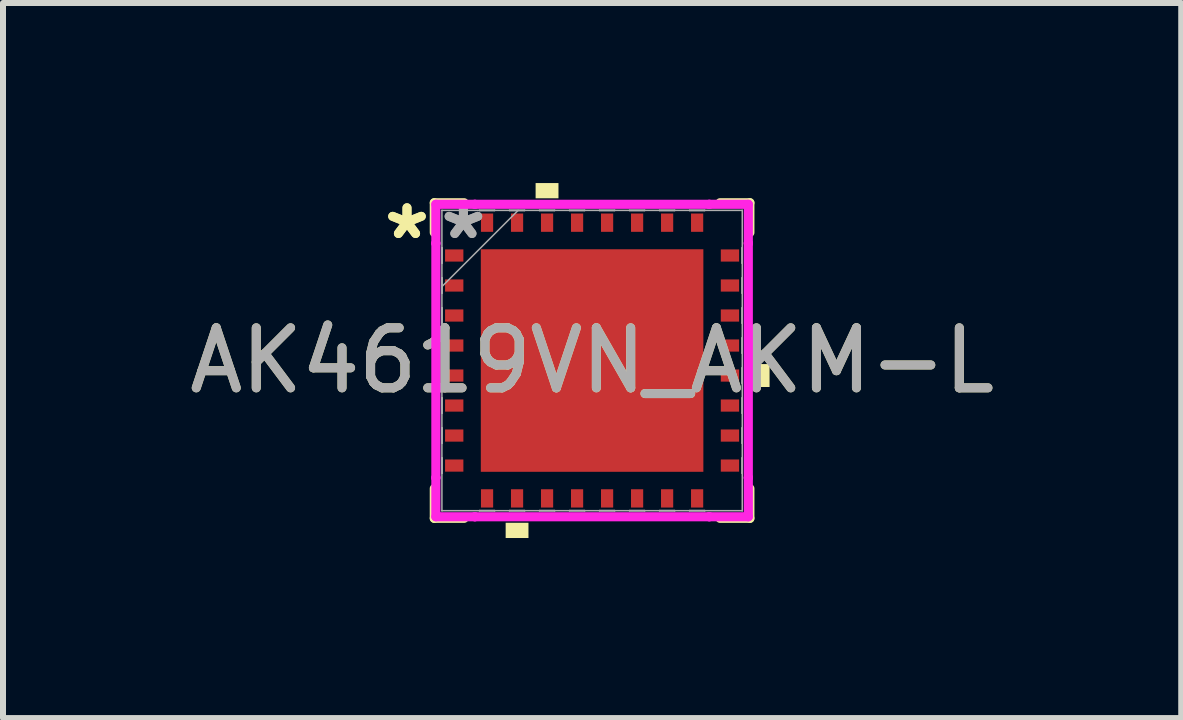
<source format=kicad_pcb>
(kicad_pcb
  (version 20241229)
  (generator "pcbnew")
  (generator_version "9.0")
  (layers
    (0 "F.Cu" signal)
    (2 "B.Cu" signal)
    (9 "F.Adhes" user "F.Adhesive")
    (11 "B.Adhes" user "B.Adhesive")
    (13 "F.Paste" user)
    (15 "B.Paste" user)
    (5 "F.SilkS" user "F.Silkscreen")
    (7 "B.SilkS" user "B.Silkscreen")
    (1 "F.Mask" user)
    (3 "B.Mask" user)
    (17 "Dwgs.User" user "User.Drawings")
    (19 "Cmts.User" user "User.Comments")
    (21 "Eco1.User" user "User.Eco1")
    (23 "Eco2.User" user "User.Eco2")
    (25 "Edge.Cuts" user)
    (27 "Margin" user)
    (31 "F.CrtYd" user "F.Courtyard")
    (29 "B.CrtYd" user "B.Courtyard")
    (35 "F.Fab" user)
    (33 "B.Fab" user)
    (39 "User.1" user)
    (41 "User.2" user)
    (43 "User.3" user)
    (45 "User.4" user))
  (footprint "AK4619VN_AKM-L"
    (layer "F.Cu")
    (at 6.815 2.957)
    (property "Reference" "AK4619VN_AKM-L" (at 0 0 0) (unlocked yes) (layer "F.SilkS") (effects (font (size 1 1) (thickness 0.15))))
    (attr smd)
    (fp_line (start -2.629 -2.629) (end -2.629 -2.132) (stroke (width 0.152) (type solid)) (layer "F.SilkS"))
    (fp_line (start -2.629 2.132) (end -2.629 2.629) (stroke (width 0.152) (type solid)) (layer "F.SilkS"))
    (fp_line (start -2.629 2.629) (end -2.132 2.629) (stroke (width 0.152) (type solid)) (layer "F.SilkS"))
    (fp_line (start -2.132 -2.629) (end -2.629 -2.629) (stroke (width 0.152) (type solid)) (layer "F.SilkS"))
    (fp_line (start 2.132 2.629) (end 2.629 2.629) (stroke (width 0.152) (type solid)) (layer "F.SilkS"))
    (fp_line (start 2.629 -2.629) (end 2.132 -2.629) (stroke (width 0.152) (type solid)) (layer "F.SilkS"))
    (fp_line (start 2.629 -2.132) (end 2.629 -2.629) (stroke (width 0.152) (type solid)) (layer "F.SilkS"))
    (fp_line (start 2.629 2.629) (end 2.629 2.132) (stroke (width 0.152) (type solid)) (layer "F.SilkS"))
    (fp_poly (pts (xy -1.44 2.703) (xy -1.44 2.957) (xy -1.06 2.957) (xy -1.06 2.703)) (stroke (width 0) (type solid)) (fill yes) (layer "F.SilkS"))
    (fp_poly (pts (xy -0.941 -2.703) (xy -0.941 -2.957) (xy -0.56 -2.957) (xy -0.56 -2.703)) (stroke (width 0) (type solid)) (fill yes) (layer "F.SilkS"))
    (fp_poly (pts (xy 2.957 0.059) (xy 2.957 0.441) (xy 2.703 0.441) (xy 2.703 0.059)) (stroke (width 0) (type solid)) (fill yes) (layer "F.SilkS"))
    (fp_poly (pts (xy -1.754 -1.754) (xy -1.754 -0.1) (xy -0.1 -0.1) (xy -0.1 -1.754)) (stroke (width 0) (type solid)) (fill yes) (layer "F.Paste"))
    (fp_poly (pts (xy -1.754 0.1) (xy -1.754 1.754) (xy -0.1 1.754) (xy -0.1 0.1)) (stroke (width 0) (type solid)) (fill yes) (layer "F.Paste"))
    (fp_poly (pts (xy 0.1 -1.754) (xy 0.1 -0.1) (xy 1.754 -0.1) (xy 1.754 -1.754)) (stroke (width 0) (type solid)) (fill yes) (layer "F.Paste"))
    (fp_poly (pts (xy 0.1 0.1) (xy 0.1 1.754) (xy 1.754 1.754) (xy 1.754 0.1)) (stroke (width 0) (type solid)) (fill yes) (layer "F.Paste"))
    (fp_line (start -2.603 -2.603) (end -1.953 -2.603) (stroke (width 0.152) (type solid)) (layer "F.CrtYd"))
    (fp_line (start -2.603 -1.953) (end -2.603 -2.603) (stroke (width 0.152) (type solid)) (layer "F.CrtYd"))
    (fp_line (start -2.603 -1.953) (end -2.603 -1.953) (stroke (width 0.152) (type solid)) (layer "F.CrtYd"))
    (fp_line (start -2.603 1.953) (end -2.603 -1.953) (stroke (width 0.152) (type solid)) (layer "F.CrtYd"))
    (fp_line (start -2.603 1.953) (end -2.603 1.953) (stroke (width 0.152) (type solid)) (layer "F.CrtYd"))
    (fp_line (start -2.603 2.603) (end -2.603 1.953) (stroke (width 0.152) (type solid)) (layer "F.CrtYd"))
    (fp_line (start -1.953 -2.603) (end -1.953 -2.603) (stroke (width 0.152) (type solid)) (layer "F.CrtYd"))
    (fp_line (start -1.953 -2.603) (end 1.953 -2.603) (stroke (width 0.152) (type solid)) (layer "F.CrtYd"))
    (fp_line (start -1.953 2.603) (end -2.603 2.603) (stroke (width 0.152) (type solid)) (layer "F.CrtYd"))
    (fp_line (start -1.953 2.603) (end -1.953 2.603) (stroke (width 0.152) (type solid)) (layer "F.CrtYd"))
    (fp_line (start 1.953 -2.603) (end 1.953 -2.603) (stroke (width 0.152) (type solid)) (layer "F.CrtYd"))
    (fp_line (start 1.953 -2.603) (end 2.603 -2.603) (stroke (width 0.152) (type solid)) (layer "F.CrtYd"))
    (fp_line (start 1.953 2.603) (end -1.953 2.603) (stroke (width 0.152) (type solid)) (layer "F.CrtYd"))
    (fp_line (start 1.953 2.603) (end 1.953 2.603) (stroke (width 0.152) (type solid)) (layer "F.CrtYd"))
    (fp_line (start 2.603 -2.603) (end 2.603 -1.953) (stroke (width 0.152) (type solid)) (layer "F.CrtYd"))
    (fp_line (start 2.603 -1.953) (end 2.603 -1.953) (stroke (width 0.152) (type solid)) (layer "F.CrtYd"))
    (fp_line (start 2.603 -1.953) (end 2.603 1.953) (stroke (width 0.152) (type solid)) (layer "F.CrtYd"))
    (fp_line (start 2.603 1.953) (end 2.603 1.953) (stroke (width 0.152) (type solid)) (layer "F.CrtYd"))
    (fp_line (start 2.603 1.953) (end 2.603 2.603) (stroke (width 0.152) (type solid)) (layer "F.CrtYd"))
    (fp_line (start 2.603 2.603) (end 1.953 2.603) (stroke (width 0.152) (type solid)) (layer "F.CrtYd"))
    (fp_line (start -2.502 -2.502) (end -2.502 -2.502) (stroke (width 0.025) (type solid)) (layer "F.Fab"))
    (fp_line (start -2.502 -2.502) (end -2.502 2.502) (stroke (width 0.025) (type solid)) (layer "F.Fab"))
    (fp_line (start -2.502 -1.877) (end -2.5 -1.877) (stroke (width 0.025) (type solid)) (layer "F.Fab"))
    (fp_line (start -2.502 -1.623) (end -2.502 -1.877) (stroke (width 0.025) (type solid)) (layer "F.Fab"))
    (fp_line (start -2.502 -1.377) (end -2.5 -1.377) (stroke (width 0.025) (type solid)) (layer "F.Fab"))
    (fp_line (start -2.502 -1.232) (end -1.232 -2.502) (stroke (width 0.025) (type solid)) (layer "F.Fab"))
    (fp_line (start -2.502 -1.123) (end -2.502 -1.377) (stroke (width 0.025) (type solid)) (layer "F.Fab"))
    (fp_line (start -2.502 -0.877) (end -2.5 -0.877) (stroke (width 0.025) (type solid)) (layer "F.Fab"))
    (fp_line (start -2.502 -0.623) (end -2.502 -0.877) (stroke (width 0.025) (type solid)) (layer "F.Fab"))
    (fp_line (start -2.502 -0.377) (end -2.5 -0.377) (stroke (width 0.025) (type solid)) (layer "F.Fab"))
    (fp_line (start -2.502 -0.123) (end -2.502 -0.377) (stroke (width 0.025) (type solid)) (layer "F.Fab"))
    (fp_line (start -2.502 0.123) (end -2.5 0.123) (stroke (width 0.025) (type solid)) (layer "F.Fab"))
    (fp_line (start -2.502 0.377) (end -2.502 0.123) (stroke (width 0.025) (type solid)) (layer "F.Fab"))
    (fp_line (start -2.502 0.623) (end -2.5 0.623) (stroke (width 0.025) (type solid)) (layer "F.Fab"))
    (fp_line (start -2.502 0.877) (end -2.502 0.623) (stroke (width 0.025) (type solid)) (layer "F.Fab"))
    (fp_line (start -2.502 1.123) (end -2.5 1.123) (stroke (width 0.025) (type solid)) (layer "F.Fab"))
    (fp_line (start -2.502 1.377) (end -2.502 1.123) (stroke (width 0.025) (type solid)) (layer "F.Fab"))
    (fp_line (start -2.502 1.623) (end -2.5 1.623) (stroke (width 0.025) (type solid)) (layer "F.Fab"))
    (fp_line (start -2.502 1.877) (end -2.502 1.623) (stroke (width 0.025) (type solid)) (layer "F.Fab"))
    (fp_line (start -2.502 2.502) (end -2.502 2.502) (stroke (width 0.025) (type solid)) (layer "F.Fab"))
    (fp_line (start -2.502 2.502) (end 2.502 2.502) (stroke (width 0.025) (type solid)) (layer "F.Fab"))
    (fp_line (start -2.5 -1.877) (end -2.5 -1.623) (stroke (width 0.025) (type solid)) (layer "F.Fab"))
    (fp_line (start -2.5 -1.623) (end -2.502 -1.623) (stroke (width 0.025) (type solid)) (layer "F.Fab"))
    (fp_line (start -2.5 -1.377) (end -2.5 -1.123) (stroke (width 0.025) (type solid)) (layer "F.Fab"))
    (fp_line (start -2.5 -1.123) (end -2.502 -1.123) (stroke (width 0.025) (type solid)) (layer "F.Fab"))
    (fp_line (start -2.5 -0.877) (end -2.5 -0.623) (stroke (width 0.025) (type solid)) (layer "F.Fab"))
    (fp_line (start -2.5 -0.623) (end -2.502 -0.623) (stroke (width 0.025) (type solid)) (layer "F.Fab"))
    (fp_line (start -2.5 -0.377) (end -2.5 -0.123) (stroke (width 0.025) (type solid)) (layer "F.Fab"))
    (fp_line (start -2.5 -0.123) (end -2.502 -0.123) (stroke (width 0.025) (type solid)) (layer "F.Fab"))
    (fp_line (start -2.5 0.123) (end -2.5 0.377) (stroke (width 0.025) (type solid)) (layer "F.Fab"))
    (fp_line (start -2.5 0.377) (end -2.502 0.377) (stroke (width 0.025) (type solid)) (layer "F.Fab"))
    (fp_line (start -2.5 0.623) (end -2.5 0.877) (stroke (width 0.025) (type solid)) (layer "F.Fab"))
    (fp_line (start -2.5 0.877) (end -2.502 0.877) (stroke (width 0.025) (type solid)) (layer "F.Fab"))
    (fp_line (start -2.5 1.123) (end -2.5 1.377) (stroke (width 0.025) (type solid)) (layer "F.Fab"))
    (fp_line (start -2.5 1.377) (end -2.502 1.377) (stroke (width 0.025) (type solid)) (layer "F.Fab"))
    (fp_line (start -2.5 1.623) (end -2.5 1.877) (stroke (width 0.025) (type solid)) (layer "F.Fab"))
    (fp_line (start -2.5 1.877) (end -2.502 1.877) (stroke (width 0.025) (type solid)) (layer "F.Fab"))
    (fp_line (start -1.877 -2.502) (end -1.623 -2.502) (stroke (width 0.025) (type solid)) (layer "F.Fab"))
    (fp_line (start -1.877 -2.5) (end -1.877 -2.502) (stroke (width 0.025) (type solid)) (layer "F.Fab"))
    (fp_line (start -1.877 2.5) (end -1.623 2.5) (stroke (width 0.025) (type solid)) (layer "F.Fab"))
    (fp_line (start -1.877 2.502) (end -1.877 2.5) (stroke (width 0.025) (type solid)) (layer "F.Fab"))
    (fp_line (start -1.623 -2.502) (end -1.623 -2.5) (stroke (width 0.025) (type solid)) (layer "F.Fab"))
    (fp_line (start -1.623 -2.5) (end -1.877 -2.5) (stroke (width 0.025) (type solid)) (layer "F.Fab"))
    (fp_line (start -1.623 2.5) (end -1.623 2.502) (stroke (width 0.025) (type solid)) (layer "F.Fab"))
    (fp_line (start -1.623 2.502) (end -1.877 2.502) (stroke (width 0.025) (type solid)) (layer "F.Fab"))
    (fp_line (start -1.377 -2.502) (end -1.123 -2.502) (stroke (width 0.025) (type solid)) (layer "F.Fab"))
    (fp_line (start -1.377 -2.5) (end -1.377 -2.502) (stroke (width 0.025) (type solid)) (layer "F.Fab"))
    (fp_line (start -1.377 2.5) (end -1.123 2.5) (stroke (width 0.025) (type solid)) (layer "F.Fab"))
    (fp_line (start -1.377 2.502) (end -1.377 2.5) (stroke (width 0.025) (type solid)) (layer "F.Fab"))
    (fp_line (start -1.123 -2.502) (end -1.123 -2.5) (stroke (width 0.025) (type solid)) (layer "F.Fab"))
    (fp_line (start -1.123 -2.5) (end -1.377 -2.5) (stroke (width 0.025) (type solid)) (layer "F.Fab"))
    (fp_line (start -1.123 2.5) (end -1.123 2.502) (stroke (width 0.025) (type solid)) (layer "F.Fab"))
    (fp_line (start -1.123 2.502) (end -1.377 2.502) (stroke (width 0.025) (type solid)) (layer "F.Fab"))
    (fp_line (start -0.877 -2.502) (end -0.623 -2.502) (stroke (width 0.025) (type solid)) (layer "F.Fab"))
    (fp_line (start -0.877 -2.5) (end -0.877 -2.502) (stroke (width 0.025) (type solid)) (layer "F.Fab"))
    (fp_line (start -0.877 2.5) (end -0.623 2.5) (stroke (width 0.025) (type solid)) (layer "F.Fab"))
    (fp_line (start -0.877 2.502) (end -0.877 2.5) (stroke (width 0.025) (type solid)) (layer "F.Fab"))
    (fp_line (start -0.623 -2.502) (end -0.623 -2.5) (stroke (width 0.025) (type solid)) (layer "F.Fab"))
    (fp_line (start -0.623 -2.5) (end -0.877 -2.5) (stroke (width 0.025) (type solid)) (layer "F.Fab"))
    (fp_line (start -0.623 2.5) (end -0.623 2.502) (stroke (width 0.025) (type solid)) (layer "F.Fab"))
    (fp_line (start -0.623 2.502) (end -0.877 2.502) (stroke (width 0.025) (type solid)) (layer "F.Fab"))
    (fp_line (start -0.377 -2.502) (end -0.123 -2.502) (stroke (width 0.025) (type solid)) (layer "F.Fab"))
    (fp_line (start -0.377 -2.5) (end -0.377 -2.502) (stroke (width 0.025) (type solid)) (layer "F.Fab"))
    (fp_line (start -0.377 2.5) (end -0.123 2.5) (stroke (width 0.025) (type solid)) (layer "F.Fab"))
    (fp_line (start -0.377 2.502) (end -0.377 2.5) (stroke (width 0.025) (type solid)) (layer "F.Fab"))
    (fp_line (start -0.123 -2.502) (end -0.123 -2.5) (stroke (width 0.025) (type solid)) (layer "F.Fab"))
    (fp_line (start -0.123 -2.5) (end -0.377 -2.5) (stroke (width 0.025) (type solid)) (layer "F.Fab"))
    (fp_line (start -0.123 2.5) (end -0.123 2.502) (stroke (width 0.025) (type solid)) (layer "F.Fab"))
    (fp_line (start -0.123 2.502) (end -0.377 2.502) (stroke (width 0.025) (type solid)) (layer "F.Fab"))
    (fp_line (start 0.123 -2.502) (end 0.377 -2.502) (stroke (width 0.025) (type solid)) (layer "F.Fab"))
    (fp_line (start 0.123 -2.5) (end 0.123 -2.502) (stroke (width 0.025) (type solid)) (layer "F.Fab"))
    (fp_line (start 0.123 2.5) (end 0.377 2.5) (stroke (width 0.025) (type solid)) (layer "F.Fab"))
    (fp_line (start 0.123 2.502) (end 0.123 2.5) (stroke (width 0.025) (type solid)) (layer "F.Fab"))
    (fp_line (start 0.377 -2.502) (end 0.377 -2.5) (stroke (width 0.025) (type solid)) (layer "F.Fab"))
    (fp_line (start 0.377 -2.5) (end 0.123 -2.5) (stroke (width 0.025) (type solid)) (layer "F.Fab"))
    (fp_line (start 0.377 2.5) (end 0.377 2.502) (stroke (width 0.025) (type solid)) (layer "F.Fab"))
    (fp_line (start 0.377 2.502) (end 0.123 2.502) (stroke (width 0.025) (type solid)) (layer "F.Fab"))
    (fp_line (start 0.623 -2.502) (end 0.877 -2.502) (stroke (width 0.025) (type solid)) (layer "F.Fab"))
    (fp_line (start 0.623 -2.5) (end 0.623 -2.502) (stroke (width 0.025) (type solid)) (layer "F.Fab"))
    (fp_line (start 0.623 2.5) (end 0.877 2.5) (stroke (width 0.025) (type solid)) (layer "F.Fab"))
    (fp_line (start 0.623 2.502) (end 0.623 2.5) (stroke (width 0.025) (type solid)) (layer "F.Fab"))
    (fp_line (start 0.877 -2.502) (end 0.877 -2.5) (stroke (width 0.025) (type solid)) (layer "F.Fab"))
    (fp_line (start 0.877 -2.5) (end 0.623 -2.5) (stroke (width 0.025) (type solid)) (layer "F.Fab"))
    (fp_line (start 0.877 2.5) (end 0.877 2.502) (stroke (width 0.025) (type solid)) (layer "F.Fab"))
    (fp_line (start 0.877 2.502) (end 0.623 2.502) (stroke (width 0.025) (type solid)) (layer "F.Fab"))
    (fp_line (start 1.123 -2.502) (end 1.377 -2.502) (stroke (width 0.025) (type solid)) (layer "F.Fab"))
    (fp_line (start 1.123 -2.5) (end 1.123 -2.502) (stroke (width 0.025) (type solid)) (layer "F.Fab"))
    (fp_line (start 1.123 2.5) (end 1.377 2.5) (stroke (width 0.025) (type solid)) (layer "F.Fab"))
    (fp_line (start 1.123 2.502) (end 1.123 2.5) (stroke (width 0.025) (type solid)) (layer "F.Fab"))
    (fp_line (start 1.377 -2.502) (end 1.377 -2.5) (stroke (width 0.025) (type solid)) (layer "F.Fab"))
    (fp_line (start 1.377 -2.5) (end 1.123 -2.5) (stroke (width 0.025) (type solid)) (layer "F.Fab"))
    (fp_line (start 1.377 2.5) (end 1.377 2.502) (stroke (width 0.025) (type solid)) (layer "F.Fab"))
    (fp_line (start 1.377 2.502) (end 1.123 2.502) (stroke (width 0.025) (type solid)) (layer "F.Fab"))
    (fp_line (start 1.623 -2.502) (end 1.877 -2.502) (stroke (width 0.025) (type solid)) (layer "F.Fab"))
    (fp_line (start 1.623 -2.5) (end 1.623 -2.502) (stroke (width 0.025) (type solid)) (layer "F.Fab"))
    (fp_line (start 1.623 2.5) (end 1.877 2.5) (stroke (width 0.025) (type solid)) (layer "F.Fab"))
    (fp_line (start 1.623 2.502) (end 1.623 2.5) (stroke (width 0.025) (type solid)) (layer "F.Fab"))
    (fp_line (start 1.877 -2.502) (end 1.877 -2.5) (stroke (width 0.025) (type solid)) (layer "F.Fab"))
    (fp_line (start 1.877 -2.5) (end 1.623 -2.5) (stroke (width 0.025) (type solid)) (layer "F.Fab"))
    (fp_line (start 1.877 2.5) (end 1.877 2.502) (stroke (width 0.025) (type solid)) (layer "F.Fab"))
    (fp_line (start 1.877 2.502) (end 1.623 2.502) (stroke (width 0.025) (type solid)) (layer "F.Fab"))
    (fp_line (start 2.5 -1.877) (end 2.502 -1.877) (stroke (width 0.025) (type solid)) (layer "F.Fab"))
    (fp_line (start 2.5 -1.623) (end 2.5 -1.877) (stroke (width 0.025) (type solid)) (layer "F.Fab"))
    (fp_line (start 2.5 -1.377) (end 2.502 -1.377) (stroke (width 0.025) (type solid)) (layer "F.Fab"))
    (fp_line (start 2.5 -1.123) (end 2.5 -1.377) (stroke (width 0.025) (type solid)) (layer "F.Fab"))
    (fp_line (start 2.5 -0.877) (end 2.502 -0.877) (stroke (width 0.025) (type solid)) (layer "F.Fab"))
    (fp_line (start 2.5 -0.623) (end 2.5 -0.877) (stroke (width 0.025) (type solid)) (layer "F.Fab"))
    (fp_line (start 2.5 -0.377) (end 2.502 -0.377) (stroke (width 0.025) (type solid)) (layer "F.Fab"))
    (fp_line (start 2.5 -0.123) (end 2.5 -0.377) (stroke (width 0.025) (type solid)) (layer "F.Fab"))
    (fp_line (start 2.5 0.123) (end 2.502 0.123) (stroke (width 0.025) (type solid)) (layer "F.Fab"))
    (fp_line (start 2.5 0.377) (end 2.5 0.123) (stroke (width 0.025) (type solid)) (layer "F.Fab"))
    (fp_line (start 2.5 0.623) (end 2.502 0.623) (stroke (width 0.025) (type solid)) (layer "F.Fab"))
    (fp_line (start 2.5 0.877) (end 2.5 0.623) (stroke (width 0.025) (type solid)) (layer "F.Fab"))
    (fp_line (start 2.5 1.123) (end 2.502 1.123) (stroke (width 0.025) (type solid)) (layer "F.Fab"))
    (fp_line (start 2.5 1.377) (end 2.5 1.123) (stroke (width 0.025) (type solid)) (layer "F.Fab"))
    (fp_line (start 2.5 1.623) (end 2.502 1.623) (stroke (width 0.025) (type solid)) (layer "F.Fab"))
    (fp_line (start 2.5 1.877) (end 2.5 1.623) (stroke (width 0.025) (type solid)) (layer "F.Fab"))
    (fp_line (start 2.502 -2.502) (end -2.502 -2.502) (stroke (width 0.025) (type solid)) (layer "F.Fab"))
    (fp_line (start 2.502 -2.502) (end 2.502 -2.502) (stroke (width 0.025) (type solid)) (layer "F.Fab"))
    (fp_line (start 2.502 -1.877) (end 2.502 -1.623) (stroke (width 0.025) (type solid)) (layer "F.Fab"))
    (fp_line (start 2.502 -1.623) (end 2.5 -1.623) (stroke (width 0.025) (type solid)) (layer "F.Fab"))
    (fp_line (start 2.502 -1.377) (end 2.502 -1.123) (stroke (width 0.025) (type solid)) (layer "F.Fab"))
    (fp_line (start 2.502 -1.123) (end 2.5 -1.123) (stroke (width 0.025) (type solid)) (layer "F.Fab"))
    (fp_line (start 2.502 -0.877) (end 2.502 -0.623) (stroke (width 0.025) (type solid)) (layer "F.Fab"))
    (fp_line (start 2.502 -0.623) (end 2.5 -0.623) (stroke (width 0.025) (type solid)) (layer "F.Fab"))
    (fp_line (start 2.502 -0.377) (end 2.502 -0.123) (stroke (width 0.025) (type solid)) (layer "F.Fab"))
    (fp_line (start 2.502 -0.123) (end 2.5 -0.123) (stroke (width 0.025) (type solid)) (layer "F.Fab"))
    (fp_line (start 2.502 0.123) (end 2.502 0.377) (stroke (width 0.025) (type solid)) (layer "F.Fab"))
    (fp_line (start 2.502 0.377) (end 2.5 0.377) (stroke (width 0.025) (type solid)) (layer "F.Fab"))
    (fp_line (start 2.502 0.623) (end 2.502 0.877) (stroke (width 0.025) (type solid)) (layer "F.Fab"))
    (fp_line (start 2.502 0.877) (end 2.5 0.877) (stroke (width 0.025) (type solid)) (layer "F.Fab"))
    (fp_line (start 2.502 1.123) (end 2.502 1.377) (stroke (width 0.025) (type solid)) (layer "F.Fab"))
    (fp_line (start 2.502 1.377) (end 2.5 1.377) (stroke (width 0.025) (type solid)) (layer "F.Fab"))
    (fp_line (start 2.502 1.623) (end 2.502 1.877) (stroke (width 0.025) (type solid)) (layer "F.Fab"))
    (fp_line (start 2.502 1.877) (end 2.5 1.877) (stroke (width 0.025) (type solid)) (layer "F.Fab"))
    (fp_line (start 2.502 2.502) (end 2.502 -2.502) (stroke (width 0.025) (type solid)) (layer "F.Fab"))
    (fp_line (start 2.502 2.502) (end 2.502 2.502) (stroke (width 0.025) (type solid)) (layer "F.Fab"))
    (fp_text user "*" (at -3.084 -2 0) (unlocked yes) (layer "F.SilkS") (effects (font (size 1 1) (thickness 0.15))))
    (fp_text user "*" (at -3.084 -2 0) (layer "F.SilkS") (effects (font (size 1 1) (thickness 0.15))))
    (fp_text user "${REFERENCE}" (at 0 0 0) (unlocked yes) (layer "F.Fab") (effects (font (size 1 1) (thickness 0.15))))
    (fp_text user "*" (at -2.144 -2 0) (layer "F.Fab") (effects (font (size 1 1) (thickness 0.15))))
    (fp_text user "*" (at -2.144 -2 0) (unlocked yes) (layer "F.Fab") (effects (font (size 1 1) (thickness 0.15))))
    (pad "1" smd rect (at -2.297 -1.75 90) (size 0.203 0.305) (layers "F.Cu" "F.Mask" "F.Paste"))
    (pad "2" smd rect (at -2.297 -1.25 90) (size 0.203 0.305) (layers "F.Cu" "F.Mask" "F.Paste"))
    (pad "3" smd rect (at -2.297 -0.75 90) (size 0.203 0.305) (layers "F.Cu" "F.Mask" "F.Paste"))
    (pad "4" smd rect (at -2.297 -0.25 90) (size 0.203 0.305) (layers "F.Cu" "F.Mask" "F.Paste"))
    (pad "5" smd rect (at -2.297 0.25 90) (size 0.203 0.305) (layers "F.Cu" "F.Mask" "F.Paste"))
    (pad "6" smd rect (at -2.297 0.75 90) (size 0.203 0.305) (layers "F.Cu" "F.Mask" "F.Paste"))
    (pad "7" smd rect (at -2.297 1.25 90) (size 0.203 0.305) (layers "F.Cu" "F.Mask" "F.Paste"))
    (pad "8" smd rect (at -2.297 1.75 90) (size 0.203 0.305) (layers "F.Cu" "F.Mask" "F.Paste"))
    (pad "9" smd rect (at -1.75 2.297) (size 0.203 0.305) (layers "F.Cu" "F.Mask" "F.Paste"))
    (pad "10" smd rect (at -1.25 2.297) (size 0.203 0.305) (layers "F.Cu" "F.Mask" "F.Paste"))
    (pad "11" smd rect (at -0.75 2.297) (size 0.203 0.305) (layers "F.Cu" "F.Mask" "F.Paste"))
    (pad "12" smd rect (at -0.25 2.297) (size 0.203 0.305) (layers "F.Cu" "F.Mask" "F.Paste"))
    (pad "13" smd rect (at 0.25 2.297) (size 0.203 0.305) (layers "F.Cu" "F.Mask" "F.Paste"))
    (pad "14" smd rect (at 0.75 2.297) (size 0.203 0.305) (layers "F.Cu" "F.Mask" "F.Paste"))
    (pad "15" smd rect (at 1.25 2.297) (size 0.203 0.305) (layers "F.Cu" "F.Mask" "F.Paste"))
    (pad "16" smd rect (at 1.75 2.297) (size 0.203 0.305) (layers "F.Cu" "F.Mask" "F.Paste"))
    (pad "17" smd rect (at 2.297 1.75 90) (size 0.203 0.305) (layers "F.Cu" "F.Mask" "F.Paste"))
    (pad "18" smd rect (at 2.297 1.25 90) (size 0.203 0.305) (layers "F.Cu" "F.Mask" "F.Paste"))
    (pad "19" smd rect (at 2.297 0.75 90) (size 0.203 0.305) (layers "F.Cu" "F.Mask" "F.Paste"))
    (pad "20" smd rect (at 2.297 0.25 90) (size 0.203 0.305) (layers "F.Cu" "F.Mask" "F.Paste"))
    (pad "21" smd rect (at 2.297 -0.25 90) (size 0.203 0.305) (layers "F.Cu" "F.Mask" "F.Paste"))
    (pad "22" smd rect (at 2.297 -0.75 90) (size 0.203 0.305) (layers "F.Cu" "F.Mask" "F.Paste"))
    (pad "23" smd rect (at 2.297 -1.25 90) (size 0.203 0.305) (layers "F.Cu" "F.Mask" "F.Paste"))
    (pad "24" smd rect (at 2.297 -1.75 90) (size 0.203 0.305) (layers "F.Cu" "F.Mask" "F.Paste"))
    (pad "25" smd rect (at 1.75 -2.297) (size 0.203 0.305) (layers "F.Cu" "F.Mask" "F.Paste"))
    (pad "26" smd rect (at 1.25 -2.297) (size 0.203 0.305) (layers "F.Cu" "F.Mask" "F.Paste"))
    (pad "27" smd rect (at 0.75 -2.297) (size 0.203 0.305) (layers "F.Cu" "F.Mask" "F.Paste"))
    (pad "28" smd rect (at 0.25 -2.297) (size 0.203 0.305) (layers "F.Cu" "F.Mask" "F.Paste"))
    (pad "29" smd rect (at -0.25 -2.297) (size 0.203 0.305) (layers "F.Cu" "F.Mask" "F.Paste"))
    (pad "30" smd rect (at -0.75 -2.297) (size 0.203 0.305) (layers "F.Cu" "F.Mask" "F.Paste"))
    (pad "31" smd rect (at -1.25 -2.297) (size 0.203 0.305) (layers "F.Cu" "F.Mask" "F.Paste"))
    (pad "32" smd rect (at -1.75 -2.297) (size 0.203 0.305) (layers "F.Cu" "F.Mask" "F.Paste"))
    (pad "33" smd rect (at 0 0) (size 3.708 3.708) (layers "F.Cu" "F.Mask" "F.Paste")))
  (gr_rect
    (start -3 -3)
    (end 16.631 8.914)
    (stroke (width 0.1) (type default))
    (fill no)
    (layer "Edge.Cuts")))
</source>
